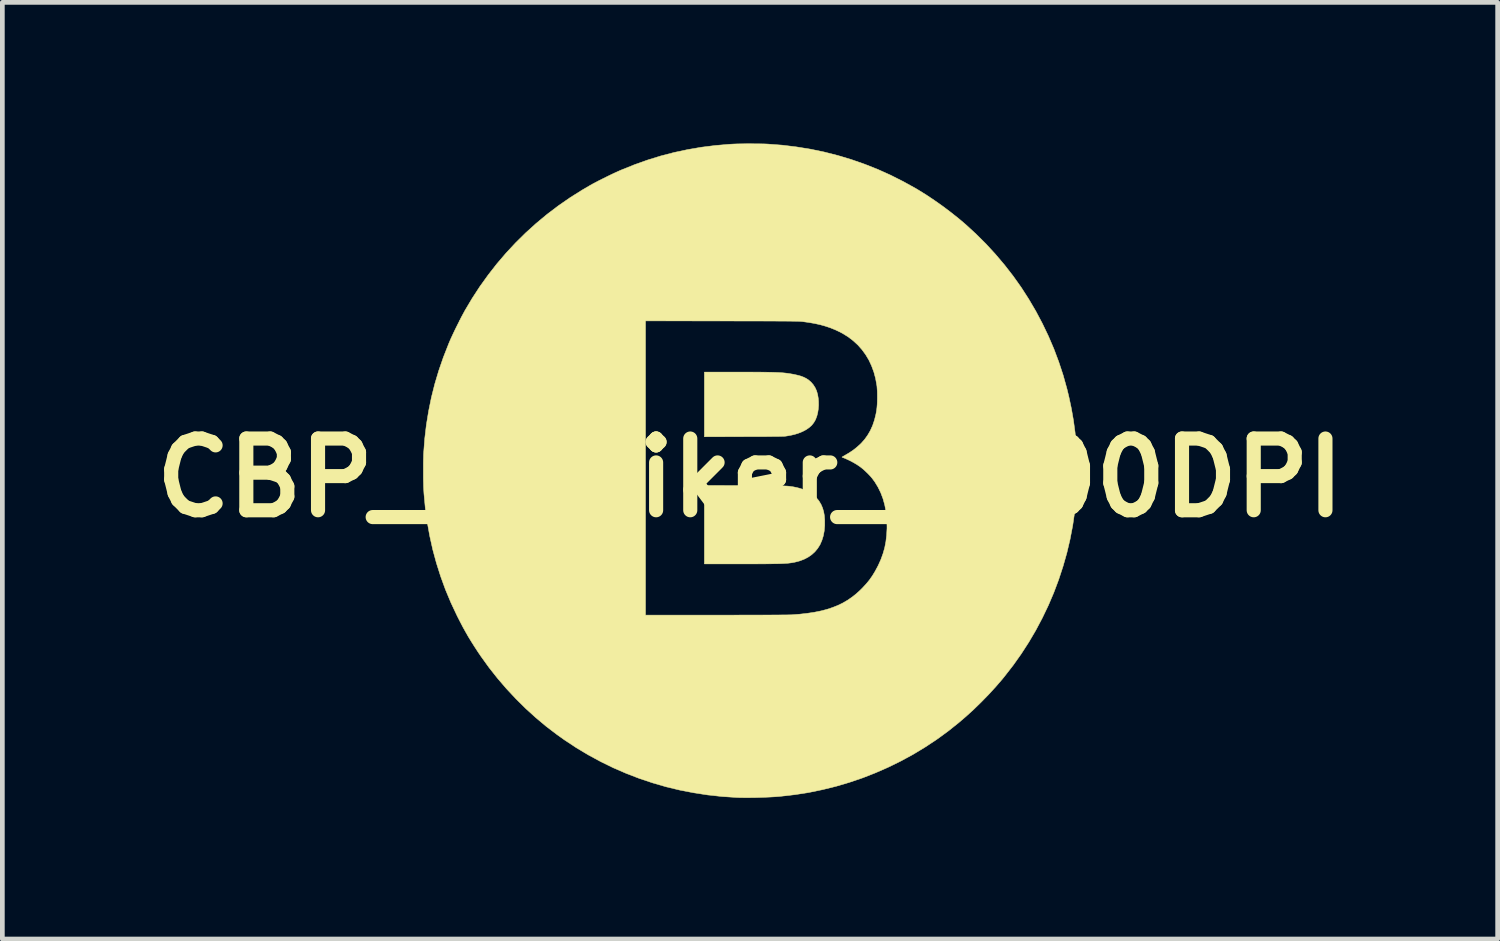
<source format=kicad_pcb>
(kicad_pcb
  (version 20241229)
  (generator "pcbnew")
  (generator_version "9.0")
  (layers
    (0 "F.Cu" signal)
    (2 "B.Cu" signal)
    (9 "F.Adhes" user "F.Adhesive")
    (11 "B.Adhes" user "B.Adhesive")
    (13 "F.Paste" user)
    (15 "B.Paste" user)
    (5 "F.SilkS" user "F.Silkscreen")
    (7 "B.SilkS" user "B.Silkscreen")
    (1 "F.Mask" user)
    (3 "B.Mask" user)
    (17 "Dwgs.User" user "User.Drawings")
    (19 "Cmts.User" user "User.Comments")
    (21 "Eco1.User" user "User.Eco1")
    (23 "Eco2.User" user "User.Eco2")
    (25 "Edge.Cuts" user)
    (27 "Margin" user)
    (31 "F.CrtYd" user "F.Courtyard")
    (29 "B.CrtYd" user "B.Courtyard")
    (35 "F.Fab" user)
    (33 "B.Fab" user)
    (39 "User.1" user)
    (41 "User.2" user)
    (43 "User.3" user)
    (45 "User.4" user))
  (footprint "CBP_Moniker_3900DPI"
    (layer "F.Cu")
    (at 12.889 7.104)
    (property "Reference" "CBP_Moniker_3900DPI" (at 0 0 0) (layer "F.SilkS") (effects (font (size 1.524 1.524) (thickness 0.3))))
    (attr through_hole)
    (fp_poly (pts (xy -0.256 -2.247) (xy -0.124 -2.247) (xy -0.004 -2.247) (xy 0.104 -2.246) (xy 0.202 -2.246) (xy 0.29 -2.245) (xy 0.369 -2.244) (xy 0.439 -2.243) (xy 0.503 -2.241) (xy 0.56 -2.239) (xy 0.611 -2.237) (xy 0.658 -2.234) (xy 0.701 -2.231) (xy 0.74 -2.227) (xy 0.777 -2.223) (xy 0.812 -2.218) (xy 0.847 -2.213) (xy 0.881 -2.207) (xy 0.917 -2.201) (xy 0.931 -2.198) (xy 1.012 -2.18) (xy 1.081 -2.161) (xy 1.141 -2.138) (xy 1.193 -2.112) (xy 1.24 -2.082) (xy 1.282 -2.046) (xy 1.297 -2.033) (xy 1.345 -1.977) (xy 1.384 -1.915) (xy 1.415 -1.847) (xy 1.437 -1.77) (xy 1.451 -1.685) (xy 1.456 -1.622) (xy 1.457 -1.542) (xy 1.451 -1.462) (xy 1.439 -1.385) (xy 1.421 -1.313) (xy 1.397 -1.249) (xy 1.391 -1.234) (xy 1.355 -1.172) (xy 1.311 -1.116) (xy 1.257 -1.068) (xy 1.194 -1.024) (xy 1.136 -0.993) (xy 1.075 -0.965) (xy 1.012 -0.942) (xy 0.946 -0.922) (xy 0.873 -0.905) (xy 0.79 -0.89) (xy 0.759 -0.885) (xy 0.746 -0.884) (xy 0.725 -0.882) (xy 0.696 -0.881) (xy 0.657 -0.88) (xy 0.609 -0.879) (xy 0.551 -0.879) (xy 0.483 -0.878) (xy 0.405 -0.877) (xy 0.315 -0.876) (xy 0.214 -0.876) (xy 0.101 -0.875) (xy -0.025 -0.875) (xy -0.132 -0.875) (xy -0.97 -0.872) (xy -0.97 -2.247) (xy -0.256 -2.247)) (stroke (width 0.01) (type solid)) (fill yes) (layer "F.SilkS"))
    (fp_poly (pts (xy -0.116 0.165) (xy 0.01 0.165) (xy 0.124 0.166) (xy 0.226 0.166) (xy 0.317 0.166) (xy 0.399 0.167) (xy 0.471 0.167) (xy 0.535 0.168) (xy 0.59 0.169) (xy 0.639 0.17) (xy 0.682 0.171) (xy 0.719 0.172) (xy 0.752 0.174) (xy 0.781 0.175) (xy 0.806 0.177) (xy 0.829 0.179) (xy 0.851 0.182) (xy 0.871 0.185) (xy 0.892 0.188) (xy 0.913 0.191) (xy 0.935 0.195) (xy 1.045 0.22) (xy 1.145 0.252) (xy 1.235 0.293) (xy 1.314 0.342) (xy 1.384 0.398) (xy 1.443 0.463) (xy 1.471 0.501) (xy 1.511 0.569) (xy 1.542 0.642) (xy 1.565 0.72) (xy 1.58 0.805) (xy 1.587 0.896) (xy 1.587 1.017) (xy 1.577 1.13) (xy 1.557 1.235) (xy 1.527 1.331) (xy 1.488 1.42) (xy 1.438 1.5) (xy 1.379 1.571) (xy 1.311 1.633) (xy 1.233 1.687) (xy 1.146 1.732) (xy 1.049 1.768) (xy 1 1.781) (xy 0.973 1.788) (xy 0.947 1.794) (xy 0.921 1.799) (xy 0.894 1.804) (xy 0.865 1.808) (xy 0.834 1.812) (xy 0.8 1.816) (xy 0.762 1.818) (xy 0.72 1.821) (xy 0.672 1.823) (xy 0.618 1.825) (xy 0.557 1.826) (xy 0.489 1.827) (xy 0.413 1.828) (xy 0.327 1.829) (xy 0.232 1.829) (xy 0.127 1.83) (xy 0.01 1.83) (xy -0.119 1.83) (xy -0.181 1.83) (xy -0.97 1.83) (xy -0.97 0.162) (xy -0.116 0.165)) (stroke (width 0.01) (type solid)) (fill yes) (layer "F.SilkS"))
    (fp_poly (pts (xy 0.089 -7.098) (xy 0.163 -7.098) (xy 0.232 -7.097) (xy 0.295 -7.096) (xy 0.349 -7.094) (xy 0.385 -7.092) (xy 0.688 -7.069) (xy 0.989 -7.032) (xy 1.286 -6.984) (xy 1.579 -6.923) (xy 1.869 -6.849) (xy 2.155 -6.763) (xy 2.436 -6.665) (xy 2.714 -6.555) (xy 2.987 -6.432) (xy 3.255 -6.297) (xy 3.519 -6.151) (xy 3.576 -6.117) (xy 3.75 -6.009) (xy 3.926 -5.891) (xy 4.103 -5.766) (xy 4.276 -5.635) (xy 4.443 -5.502) (xy 4.583 -5.383) (xy 4.804 -5.18) (xy 5.015 -4.97) (xy 5.217 -4.75) (xy 5.409 -4.523) (xy 5.591 -4.289) (xy 5.763 -4.047) (xy 5.923 -3.798) (xy 6.073 -3.543) (xy 6.212 -3.281) (xy 6.34 -3.014) (xy 6.457 -2.741) (xy 6.561 -2.464) (xy 6.654 -2.182) (xy 6.734 -1.895) (xy 6.776 -1.723) (xy 6.829 -1.473) (xy 6.873 -1.223) (xy 6.907 -0.971) (xy 6.932 -0.713) (xy 6.943 -0.57) (xy 6.944 -0.542) (xy 6.945 -0.502) (xy 6.946 -0.453) (xy 6.947 -0.397) (xy 6.948 -0.336) (xy 6.949 -0.27) (xy 6.949 -0.203) (xy 6.949 -0.153) (xy 6.949 -0.042) (xy 6.948 0.059) (xy 6.946 0.151) (xy 6.943 0.237) (xy 6.939 0.319) (xy 6.933 0.399) (xy 6.927 0.48) (xy 6.918 0.563) (xy 6.908 0.651) (xy 6.9 0.723) (xy 6.857 1.016) (xy 6.801 1.308) (xy 6.733 1.596) (xy 6.652 1.881) (xy 6.56 2.162) (xy 6.456 2.439) (xy 6.34 2.711) (xy 6.212 2.978) (xy 6.074 3.239) (xy 5.924 3.494) (xy 5.763 3.743) (xy 5.592 3.984) (xy 5.41 4.218) (xy 5.361 4.279) (xy 5.221 4.441) (xy 5.071 4.605) (xy 4.914 4.766) (xy 4.753 4.923) (xy 4.589 5.072) (xy 4.435 5.204) (xy 4.203 5.389) (xy 3.964 5.563) (xy 3.717 5.726) (xy 3.464 5.879) (xy 3.204 6.02) (xy 2.939 6.15) (xy 2.668 6.269) (xy 2.393 6.377) (xy 2.113 6.472) (xy 1.829 6.556) (xy 1.542 6.627) (xy 1.252 6.687) (xy 0.959 6.733) (xy 0.664 6.767) (xy 0.635 6.77) (xy 0.538 6.778) (xy 0.432 6.784) (xy 0.321 6.789) (xy 0.208 6.793) (xy 0.095 6.796) (xy -0.016 6.797) (xy -0.121 6.797) (xy -0.218 6.796) (xy -0.288 6.793) (xy -0.594 6.773) (xy -0.897 6.74) (xy -1.196 6.694) (xy -1.491 6.637) (xy -1.782 6.567) (xy -2.068 6.484) (xy -2.35 6.39) (xy -2.628 6.283) (xy -2.901 6.165) (xy -3.169 6.034) (xy -3.433 5.891) (xy -3.691 5.737) (xy -3.944 5.57) (xy -4.101 5.458) (xy -4.33 5.284) (xy -4.552 5.098) (xy -4.767 4.903) (xy -4.975 4.697) (xy -5.175 4.483) (xy -5.365 4.262) (xy -5.546 4.033) (xy -5.716 3.797) (xy -5.786 3.694) (xy -5.859 3.582) (xy -5.925 3.477) (xy -5.987 3.376) (xy -6.045 3.274) (xy -6.103 3.17) (xy -6.16 3.06) (xy -6.221 2.941) (xy -6.229 2.924) (xy -6.232 2.918) (xy -2.221 2.918) (xy -0.721 2.918) (xy -0.548 2.918) (xy -0.383 2.918) (xy -0.226 2.917) (xy -0.079 2.917) (xy 0.06 2.917) (xy 0.189 2.917) (xy 0.309 2.916) (xy 0.418 2.916) (xy 0.517 2.915) (xy 0.605 2.915) (xy 0.682 2.914) (xy 0.747 2.914) (xy 0.801 2.913) (xy 0.843 2.912) (xy 0.872 2.912) (xy 0.886 2.911) (xy 1.056 2.898) (xy 1.215 2.88) (xy 1.363 2.858) (xy 1.501 2.83) (xy 1.63 2.797) (xy 1.751 2.757) (xy 1.865 2.712) (xy 1.972 2.66) (xy 2.073 2.601) (xy 2.169 2.535) (xy 2.262 2.461) (xy 2.35 2.38) (xy 2.393 2.337) (xy 2.469 2.254) (xy 2.537 2.172) (xy 2.598 2.085) (xy 2.655 1.992) (xy 2.71 1.89) (xy 2.726 1.859) (xy 2.781 1.736) (xy 2.826 1.612) (xy 2.862 1.486) (xy 2.887 1.356) (xy 2.903 1.221) (xy 2.911 1.079) (xy 2.911 1.023) (xy 2.906 0.867) (xy 2.89 0.719) (xy 2.863 0.578) (xy 2.826 0.444) (xy 2.778 0.317) (xy 2.719 0.197) (xy 2.65 0.084) (xy 2.595 0.01) (xy 2.565 -0.026) (xy 2.528 -0.066) (xy 2.486 -0.108) (xy 2.442 -0.15) (xy 2.399 -0.188) (xy 2.361 -0.219) (xy 2.36 -0.22) (xy 2.287 -0.271) (xy 2.205 -0.321) (xy 2.12 -0.366) (xy 2.034 -0.406) (xy 2.008 -0.417) (xy 1.984 -0.426) (xy 1.965 -0.434) (xy 1.955 -0.439) (xy 1.954 -0.44) (xy 1.959 -0.444) (xy 1.974 -0.453) (xy 1.995 -0.465) (xy 2.014 -0.476) (xy 2.106 -0.53) (xy 2.187 -0.584) (xy 2.259 -0.64) (xy 2.326 -0.699) (xy 2.358 -0.729) (xy 2.434 -0.814) (xy 2.5 -0.906) (xy 2.558 -1.006) (xy 2.606 -1.113) (xy 2.645 -1.229) (xy 2.676 -1.355) (xy 2.691 -1.441) (xy 2.697 -1.492) (xy 2.702 -1.552) (xy 2.705 -1.619) (xy 2.706 -1.69) (xy 2.706 -1.762) (xy 2.705 -1.831) (xy 2.701 -1.894) (xy 2.697 -1.949) (xy 2.694 -1.967) (xy 2.668 -2.112) (xy 2.631 -2.249) (xy 2.583 -2.379) (xy 2.526 -2.502) (xy 2.457 -2.617) (xy 2.379 -2.724) (xy 2.291 -2.823) (xy 2.193 -2.913) (xy 2.086 -2.995) (xy 1.968 -3.068) (xy 1.908 -3.1) (xy 1.81 -3.146) (xy 1.709 -3.187) (xy 1.604 -3.222) (xy 1.494 -3.253) (xy 1.377 -3.279) (xy 1.25 -3.301) (xy 1.114 -3.32) (xy 1.103 -3.321) (xy 1.091 -3.322) (xy 1.078 -3.323) (xy 1.062 -3.324) (xy 1.045 -3.325) (xy 1.024 -3.326) (xy 0.999 -3.326) (xy 0.971 -3.327) (xy 0.938 -3.328) (xy 0.9 -3.328) (xy 0.856 -3.329) (xy 0.807 -3.329) (xy 0.751 -3.33) (xy 0.687 -3.33) (xy 0.617 -3.33) (xy 0.538 -3.331) (xy 0.451 -3.331) (xy 0.354 -3.331) (xy 0.248 -3.332) (xy 0.132 -3.332) (xy 0.006 -3.332) (xy -0.132 -3.332) (xy -0.281 -3.332) (xy -0.442 -3.333) (xy -0.601 -3.333) (xy -2.221 -3.335) (xy -2.221 2.918) (xy -6.232 2.918) (xy -6.357 2.652) (xy -6.472 2.377) (xy -6.574 2.097) (xy -6.664 1.814) (xy -6.742 1.527) (xy -6.807 1.235) (xy -6.86 0.94) (xy -6.901 0.641) (xy -6.929 0.339) (xy -6.936 0.228) (xy -6.938 0.184) (xy -6.939 0.129) (xy -6.941 0.065) (xy -6.942 -0.005) (xy -6.942 -0.08) (xy -6.942 -0.156) (xy -6.942 -0.233) (xy -6.942 -0.306) (xy -6.941 -0.376) (xy -6.939 -0.438) (xy -6.938 -0.492) (xy -6.936 -0.528) (xy -6.913 -0.83) (xy -6.878 -1.127) (xy -6.83 -1.42) (xy -6.771 -1.71) (xy -6.699 -1.996) (xy -6.614 -2.28) (xy -6.517 -2.561) (xy -6.407 -2.841) (xy -6.386 -2.892) (xy -6.36 -2.952) (xy -6.328 -3.021) (xy -6.293 -3.096) (xy -6.255 -3.175) (xy -6.215 -3.255) (xy -6.175 -3.334) (xy -6.137 -3.41) (xy -6.1 -3.479) (xy -6.067 -3.539) (xy -6.06 -3.553) (xy -5.905 -3.814) (xy -5.74 -4.067) (xy -5.564 -4.312) (xy -5.379 -4.549) (xy -5.184 -4.777) (xy -4.98 -4.996) (xy -4.767 -5.206) (xy -4.545 -5.407) (xy -4.314 -5.599) (xy -4.074 -5.781) (xy -3.826 -5.953) (xy -3.57 -6.114) (xy -3.396 -6.216) (xy -3.339 -6.248) (xy -3.272 -6.283) (xy -3.198 -6.322) (xy -3.119 -6.361) (xy -3.039 -6.401) (xy -2.959 -6.44) (xy -2.883 -6.476) (xy -2.812 -6.508) (xy -2.75 -6.536) (xy -2.735 -6.542) (xy -2.457 -6.654) (xy -2.178 -6.753) (xy -1.897 -6.84) (xy -1.613 -6.914) (xy -1.326 -6.975) (xy -1.036 -7.025) (xy -0.741 -7.062) (xy -0.441 -7.088) (xy -0.371 -7.092) (xy -0.327 -7.094) (xy -0.272 -7.096) (xy -0.208 -7.097) (xy -0.138 -7.098) (xy -0.063 -7.099) (xy 0.013 -7.099) (xy 0.089 -7.098)) (stroke (width 0.01) (type solid)) (fill yes) (layer "F.SilkS")))
  (gr_rect
    (start -3 -3)
    (end 28.777 16.906)
    (stroke (width 0.1) (type default))
    (fill no)
    (layer "Edge.Cuts")))
</source>
